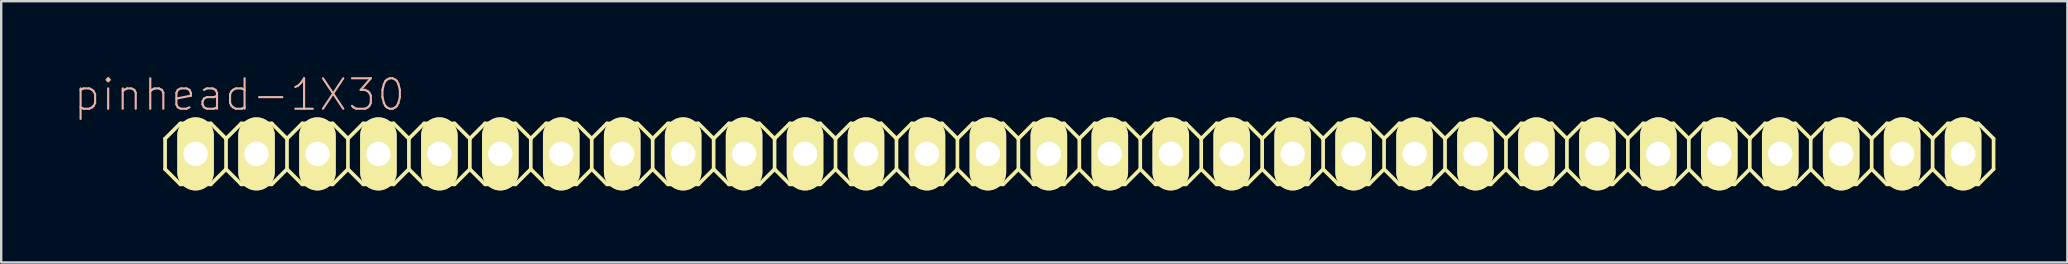
<source format=kicad_pcb>
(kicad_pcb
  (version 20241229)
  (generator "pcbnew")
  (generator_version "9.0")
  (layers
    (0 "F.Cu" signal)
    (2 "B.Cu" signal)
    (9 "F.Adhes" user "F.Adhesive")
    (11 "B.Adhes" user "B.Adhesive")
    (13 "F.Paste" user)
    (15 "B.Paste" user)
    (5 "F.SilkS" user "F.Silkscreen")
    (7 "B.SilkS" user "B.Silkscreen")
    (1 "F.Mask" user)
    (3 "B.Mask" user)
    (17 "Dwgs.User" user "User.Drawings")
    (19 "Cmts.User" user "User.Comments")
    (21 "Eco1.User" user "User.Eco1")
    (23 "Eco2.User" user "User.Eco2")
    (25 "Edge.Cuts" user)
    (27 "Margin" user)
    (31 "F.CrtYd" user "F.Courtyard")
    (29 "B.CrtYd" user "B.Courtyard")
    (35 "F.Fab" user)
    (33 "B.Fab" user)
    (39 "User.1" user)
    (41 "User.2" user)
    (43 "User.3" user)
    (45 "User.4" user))
  (footprint "pinhead-1X30"
    (layer "F.Cu")
    (at 41.93 3.363)
    (property "Reference" "pinhead-1X30" (at -34.999 -2.464 0) (layer "B.SilkS") (effects (font (size 1.27 1.27) (thickness 0.089))))
    (attr exclude_from_pos_files exclude_from_bom)
    (fp_line (start -38.1 -0.635) (end -38.1 0.635) (stroke (width 0.152) (type solid)) (layer "F.SilkS"))
    (fp_line (start -38.1 0.635) (end -37.465 1.27) (stroke (width 0.152) (type solid)) (layer "F.SilkS"))
    (fp_line (start -37.465 -1.27) (end -38.1 -0.635) (stroke (width 0.152) (type solid)) (layer "F.SilkS"))
    (fp_line (start -37.465 -1.27) (end -36.195 -1.27) (stroke (width 0.152) (type solid)) (layer "F.SilkS"))
    (fp_line (start -37.084 -0.254) (end -36.576 -0.254) (stroke (width 0.066) (type solid)) (layer "F.SilkS"))
    (fp_line (start -37.084 0.254) (end -37.084 -0.254) (stroke (width 0.066) (type solid)) (layer "F.SilkS"))
    (fp_line (start -37.084 0.254) (end -36.576 0.254) (stroke (width 0.066) (type solid)) (layer "F.SilkS"))
    (fp_line (start -36.576 0.254) (end -36.576 -0.254) (stroke (width 0.066) (type solid)) (layer "F.SilkS"))
    (fp_line (start -36.195 -1.27) (end -35.56 -0.635) (stroke (width 0.152) (type solid)) (layer "F.SilkS"))
    (fp_line (start -36.195 1.27) (end -37.465 1.27) (stroke (width 0.152) (type solid)) (layer "F.SilkS"))
    (fp_line (start -35.56 -0.635) (end -35.56 0.635) (stroke (width 0.152) (type solid)) (layer "F.SilkS"))
    (fp_line (start -35.56 -0.635) (end -34.925 -1.27) (stroke (width 0.152) (type solid)) (layer "F.SilkS"))
    (fp_line (start -35.56 0.635) (end -36.195 1.27) (stroke (width 0.152) (type solid)) (layer "F.SilkS"))
    (fp_line (start -34.925 -1.27) (end -33.655 -1.27) (stroke (width 0.152) (type solid)) (layer "F.SilkS"))
    (fp_line (start -34.925 1.27) (end -35.56 0.635) (stroke (width 0.152) (type solid)) (layer "F.SilkS"))
    (fp_line (start -34.544 -0.254) (end -34.036 -0.254) (stroke (width 0.066) (type solid)) (layer "F.SilkS"))
    (fp_line (start -34.544 0.254) (end -34.544 -0.254) (stroke (width 0.066) (type solid)) (layer "F.SilkS"))
    (fp_line (start -34.544 0.254) (end -34.036 0.254) (stroke (width 0.066) (type solid)) (layer "F.SilkS"))
    (fp_line (start -34.036 0.254) (end -34.036 -0.254) (stroke (width 0.066) (type solid)) (layer "F.SilkS"))
    (fp_line (start -33.655 -1.27) (end -33.02 -0.635) (stroke (width 0.152) (type solid)) (layer "F.SilkS"))
    (fp_line (start -33.655 1.27) (end -34.925 1.27) (stroke (width 0.152) (type solid)) (layer "F.SilkS"))
    (fp_line (start -33.02 -0.635) (end -33.02 0.635) (stroke (width 0.152) (type solid)) (layer "F.SilkS"))
    (fp_line (start -33.02 -0.635) (end -32.385 -1.27) (stroke (width 0.152) (type solid)) (layer "F.SilkS"))
    (fp_line (start -33.02 0.635) (end -33.655 1.27) (stroke (width 0.152) (type solid)) (layer "F.SilkS"))
    (fp_line (start -32.385 -1.27) (end -31.115 -1.27) (stroke (width 0.152) (type solid)) (layer "F.SilkS"))
    (fp_line (start -32.385 1.27) (end -33.02 0.635) (stroke (width 0.152) (type solid)) (layer "F.SilkS"))
    (fp_line (start -32.004 -0.254) (end -31.496 -0.254) (stroke (width 0.066) (type solid)) (layer "F.SilkS"))
    (fp_line (start -32.004 0.254) (end -32.004 -0.254) (stroke (width 0.066) (type solid)) (layer "F.SilkS"))
    (fp_line (start -32.004 0.254) (end -31.496 0.254) (stroke (width 0.066) (type solid)) (layer "F.SilkS"))
    (fp_line (start -31.496 0.254) (end -31.496 -0.254) (stroke (width 0.066) (type solid)) (layer "F.SilkS"))
    (fp_line (start -31.115 -1.27) (end -30.48 -0.635) (stroke (width 0.152) (type solid)) (layer "F.SilkS"))
    (fp_line (start -31.115 1.27) (end -32.385 1.27) (stroke (width 0.152) (type solid)) (layer "F.SilkS"))
    (fp_line (start -30.48 -0.635) (end -30.48 0.635) (stroke (width 0.152) (type solid)) (layer "F.SilkS"))
    (fp_line (start -30.48 0.635) (end -31.115 1.27) (stroke (width 0.152) (type solid)) (layer "F.SilkS"))
    (fp_line (start -30.48 0.635) (end -29.845 1.27) (stroke (width 0.152) (type solid)) (layer "F.SilkS"))
    (fp_line (start -29.845 -1.27) (end -30.48 -0.635) (stroke (width 0.152) (type solid)) (layer "F.SilkS"))
    (fp_line (start -29.845 -1.27) (end -28.575 -1.27) (stroke (width 0.152) (type solid)) (layer "F.SilkS"))
    (fp_line (start -29.464 -0.254) (end -28.953 -0.254) (stroke (width 0.066) (type solid)) (layer "F.SilkS"))
    (fp_line (start -29.464 0.254) (end -29.464 -0.254) (stroke (width 0.066) (type solid)) (layer "F.SilkS"))
    (fp_line (start -29.464 0.254) (end -28.953 0.254) (stroke (width 0.066) (type solid)) (layer "F.SilkS"))
    (fp_line (start -28.953 0.254) (end -28.953 -0.254) (stroke (width 0.066) (type solid)) (layer "F.SilkS"))
    (fp_line (start -28.575 -1.27) (end -27.94 -0.635) (stroke (width 0.152) (type solid)) (layer "F.SilkS"))
    (fp_line (start -28.575 1.27) (end -29.845 1.27) (stroke (width 0.152) (type solid)) (layer "F.SilkS"))
    (fp_line (start -27.94 -0.635) (end -27.94 0.635) (stroke (width 0.152) (type solid)) (layer "F.SilkS"))
    (fp_line (start -27.94 -0.635) (end -27.305 -1.27) (stroke (width 0.152) (type solid)) (layer "F.SilkS"))
    (fp_line (start -27.94 0.635) (end -28.575 1.27) (stroke (width 0.152) (type solid)) (layer "F.SilkS"))
    (fp_line (start -27.305 -1.27) (end -26.035 -1.27) (stroke (width 0.152) (type solid)) (layer "F.SilkS"))
    (fp_line (start -27.305 1.27) (end -27.94 0.635) (stroke (width 0.152) (type solid)) (layer "F.SilkS"))
    (fp_line (start -26.924 -0.254) (end -26.416 -0.254) (stroke (width 0.066) (type solid)) (layer "F.SilkS"))
    (fp_line (start -26.924 0.254) (end -26.924 -0.254) (stroke (width 0.066) (type solid)) (layer "F.SilkS"))
    (fp_line (start -26.924 0.254) (end -26.416 0.254) (stroke (width 0.066) (type solid)) (layer "F.SilkS"))
    (fp_line (start -26.416 0.254) (end -26.416 -0.254) (stroke (width 0.066) (type solid)) (layer "F.SilkS"))
    (fp_line (start -26.035 -1.27) (end -25.4 -0.635) (stroke (width 0.152) (type solid)) (layer "F.SilkS"))
    (fp_line (start -26.035 1.27) (end -27.305 1.27) (stroke (width 0.152) (type solid)) (layer "F.SilkS"))
    (fp_line (start -25.4 -0.635) (end -25.4 0.635) (stroke (width 0.152) (type solid)) (layer "F.SilkS"))
    (fp_line (start -25.4 -0.635) (end -24.765 -1.27) (stroke (width 0.152) (type solid)) (layer "F.SilkS"))
    (fp_line (start -25.4 0.635) (end -26.035 1.27) (stroke (width 0.152) (type solid)) (layer "F.SilkS"))
    (fp_line (start -24.765 -1.27) (end -23.495 -1.27) (stroke (width 0.152) (type solid)) (layer "F.SilkS"))
    (fp_line (start -24.765 1.27) (end -25.4 0.635) (stroke (width 0.152) (type solid)) (layer "F.SilkS"))
    (fp_line (start -24.384 -0.254) (end -23.876 -0.254) (stroke (width 0.066) (type solid)) (layer "F.SilkS"))
    (fp_line (start -24.384 0.254) (end -24.384 -0.254) (stroke (width 0.066) (type solid)) (layer "F.SilkS"))
    (fp_line (start -24.384 0.254) (end -23.876 0.254) (stroke (width 0.066) (type solid)) (layer "F.SilkS"))
    (fp_line (start -23.876 0.254) (end -23.876 -0.254) (stroke (width 0.066) (type solid)) (layer "F.SilkS"))
    (fp_line (start -23.495 -1.27) (end -22.86 -0.635) (stroke (width 0.152) (type solid)) (layer "F.SilkS"))
    (fp_line (start -23.495 1.27) (end -24.765 1.27) (stroke (width 0.152) (type solid)) (layer "F.SilkS"))
    (fp_line (start -22.86 -0.635) (end -22.86 0.635) (stroke (width 0.152) (type solid)) (layer "F.SilkS"))
    (fp_line (start -22.86 0.635) (end -23.495 1.27) (stroke (width 0.152) (type solid)) (layer "F.SilkS"))
    (fp_line (start -22.86 0.635) (end -22.225 1.27) (stroke (width 0.152) (type solid)) (layer "F.SilkS"))
    (fp_line (start -22.225 -1.27) (end -22.86 -0.635) (stroke (width 0.152) (type solid)) (layer "F.SilkS"))
    (fp_line (start -22.225 -1.27) (end -20.955 -1.27) (stroke (width 0.152) (type solid)) (layer "F.SilkS"))
    (fp_line (start -21.844 -0.254) (end -21.336 -0.254) (stroke (width 0.066) (type solid)) (layer "F.SilkS"))
    (fp_line (start -21.844 0.254) (end -21.844 -0.254) (stroke (width 0.066) (type solid)) (layer "F.SilkS"))
    (fp_line (start -21.844 0.254) (end -21.336 0.254) (stroke (width 0.066) (type solid)) (layer "F.SilkS"))
    (fp_line (start -21.336 0.254) (end -21.336 -0.254) (stroke (width 0.066) (type solid)) (layer "F.SilkS"))
    (fp_line (start -20.955 -1.27) (end -20.32 -0.635) (stroke (width 0.152) (type solid)) (layer "F.SilkS"))
    (fp_line (start -20.955 1.27) (end -22.225 1.27) (stroke (width 0.152) (type solid)) (layer "F.SilkS"))
    (fp_line (start -20.32 -0.635) (end -20.32 0.635) (stroke (width 0.152) (type solid)) (layer "F.SilkS"))
    (fp_line (start -20.32 -0.635) (end -19.685 -1.27) (stroke (width 0.152) (type solid)) (layer "F.SilkS"))
    (fp_line (start -20.32 0.635) (end -20.955 1.27) (stroke (width 0.152) (type solid)) (layer "F.SilkS"))
    (fp_line (start -19.685 -1.27) (end -18.415 -1.27) (stroke (width 0.152) (type solid)) (layer "F.SilkS"))
    (fp_line (start -19.685 1.27) (end -20.32 0.635) (stroke (width 0.152) (type solid)) (layer "F.SilkS"))
    (fp_line (start -19.304 -0.254) (end -18.796 -0.254) (stroke (width 0.066) (type solid)) (layer "F.SilkS"))
    (fp_line (start -19.304 0.254) (end -19.304 -0.254) (stroke (width 0.066) (type solid)) (layer "F.SilkS"))
    (fp_line (start -19.304 0.254) (end -18.796 0.254) (stroke (width 0.066) (type solid)) (layer "F.SilkS"))
    (fp_line (start -18.796 0.254) (end -18.796 -0.254) (stroke (width 0.066) (type solid)) (layer "F.SilkS"))
    (fp_line (start -18.415 -1.27) (end -17.78 -0.635) (stroke (width 0.152) (type solid)) (layer "F.SilkS"))
    (fp_line (start -18.415 1.27) (end -19.685 1.27) (stroke (width 0.152) (type solid)) (layer "F.SilkS"))
    (fp_line (start -17.78 -0.635) (end -17.78 0.635) (stroke (width 0.152) (type solid)) (layer "F.SilkS"))
    (fp_line (start -17.78 -0.635) (end -17.145 -1.27) (stroke (width 0.152) (type solid)) (layer "F.SilkS"))
    (fp_line (start -17.78 0.635) (end -18.415 1.27) (stroke (width 0.152) (type solid)) (layer "F.SilkS"))
    (fp_line (start -17.145 -1.27) (end -15.875 -1.27) (stroke (width 0.152) (type solid)) (layer "F.SilkS"))
    (fp_line (start -17.145 1.27) (end -17.78 0.635) (stroke (width 0.152) (type solid)) (layer "F.SilkS"))
    (fp_line (start -16.764 -0.254) (end -16.256 -0.254) (stroke (width 0.066) (type solid)) (layer "F.SilkS"))
    (fp_line (start -16.764 0.254) (end -16.764 -0.254) (stroke (width 0.066) (type solid)) (layer "F.SilkS"))
    (fp_line (start -16.764 0.254) (end -16.256 0.254) (stroke (width 0.066) (type solid)) (layer "F.SilkS"))
    (fp_line (start -16.256 0.254) (end -16.256 -0.254) (stroke (width 0.066) (type solid)) (layer "F.SilkS"))
    (fp_line (start -15.875 -1.27) (end -15.24 -0.635) (stroke (width 0.152) (type solid)) (layer "F.SilkS"))
    (fp_line (start -15.875 1.27) (end -17.145 1.27) (stroke (width 0.152) (type solid)) (layer "F.SilkS"))
    (fp_line (start -15.24 -0.635) (end -15.24 0.635) (stroke (width 0.152) (type solid)) (layer "F.SilkS"))
    (fp_line (start -15.24 0.635) (end -15.875 1.27) (stroke (width 0.152) (type solid)) (layer "F.SilkS"))
    (fp_line (start -15.24 0.635) (end -14.605 1.27) (stroke (width 0.152) (type solid)) (layer "F.SilkS"))
    (fp_line (start -14.605 -1.27) (end -15.24 -0.635) (stroke (width 0.152) (type solid)) (layer "F.SilkS"))
    (fp_line (start -14.605 -1.27) (end -13.335 -1.27) (stroke (width 0.152) (type solid)) (layer "F.SilkS"))
    (fp_line (start -14.224 -0.254) (end -13.716 -0.254) (stroke (width 0.066) (type solid)) (layer "F.SilkS"))
    (fp_line (start -14.224 0.254) (end -14.224 -0.254) (stroke (width 0.066) (type solid)) (layer "F.SilkS"))
    (fp_line (start -14.224 0.254) (end -13.716 0.254) (stroke (width 0.066) (type solid)) (layer "F.SilkS"))
    (fp_line (start -13.716 0.254) (end -13.716 -0.254) (stroke (width 0.066) (type solid)) (layer "F.SilkS"))
    (fp_line (start -13.335 -1.27) (end -12.7 -0.635) (stroke (width 0.152) (type solid)) (layer "F.SilkS"))
    (fp_line (start -13.335 1.27) (end -14.605 1.27) (stroke (width 0.152) (type solid)) (layer "F.SilkS"))
    (fp_line (start -12.7 -0.635) (end -12.7 0.635) (stroke (width 0.152) (type solid)) (layer "F.SilkS"))
    (fp_line (start -12.7 -0.635) (end -12.065 -1.27) (stroke (width 0.152) (type solid)) (layer "F.SilkS"))
    (fp_line (start -12.7 0.635) (end -13.335 1.27) (stroke (width 0.152) (type solid)) (layer "F.SilkS"))
    (fp_line (start -12.065 -1.27) (end -10.795 -1.27) (stroke (width 0.152) (type solid)) (layer "F.SilkS"))
    (fp_line (start -12.065 1.27) (end -12.7 0.635) (stroke (width 0.152) (type solid)) (layer "F.SilkS"))
    (fp_line (start -11.684 -0.254) (end -11.176 -0.254) (stroke (width 0.066) (type solid)) (layer "F.SilkS"))
    (fp_line (start -11.684 0.254) (end -11.684 -0.254) (stroke (width 0.066) (type solid)) (layer "F.SilkS"))
    (fp_line (start -11.684 0.254) (end -11.176 0.254) (stroke (width 0.066) (type solid)) (layer "F.SilkS"))
    (fp_line (start -11.176 0.254) (end -11.176 -0.254) (stroke (width 0.066) (type solid)) (layer "F.SilkS"))
    (fp_line (start -10.795 -1.27) (end -10.16 -0.635) (stroke (width 0.152) (type solid)) (layer "F.SilkS"))
    (fp_line (start -10.795 1.27) (end -12.065 1.27) (stroke (width 0.152) (type solid)) (layer "F.SilkS"))
    (fp_line (start -10.16 -0.635) (end -10.16 0.635) (stroke (width 0.152) (type solid)) (layer "F.SilkS"))
    (fp_line (start -10.16 -0.635) (end -9.525 -1.27) (stroke (width 0.152) (type solid)) (layer "F.SilkS"))
    (fp_line (start -10.16 0.635) (end -10.795 1.27) (stroke (width 0.152) (type solid)) (layer "F.SilkS"))
    (fp_line (start -9.525 -1.27) (end -8.255 -1.27) (stroke (width 0.152) (type solid)) (layer "F.SilkS"))
    (fp_line (start -9.525 1.27) (end -10.16 0.635) (stroke (width 0.152) (type solid)) (layer "F.SilkS"))
    (fp_line (start -9.144 -0.254) (end -8.636 -0.254) (stroke (width 0.066) (type solid)) (layer "F.SilkS"))
    (fp_line (start -9.144 0.254) (end -9.144 -0.254) (stroke (width 0.066) (type solid)) (layer "F.SilkS"))
    (fp_line (start -9.144 0.254) (end -8.636 0.254) (stroke (width 0.066) (type solid)) (layer "F.SilkS"))
    (fp_line (start -8.636 0.254) (end -8.636 -0.254) (stroke (width 0.066) (type solid)) (layer "F.SilkS"))
    (fp_line (start -8.255 -1.27) (end -7.62 -0.635) (stroke (width 0.152) (type solid)) (layer "F.SilkS"))
    (fp_line (start -8.255 1.27) (end -9.525 1.27) (stroke (width 0.152) (type solid)) (layer "F.SilkS"))
    (fp_line (start -7.62 -0.635) (end -7.62 0.635) (stroke (width 0.152) (type solid)) (layer "F.SilkS"))
    (fp_line (start -7.62 0.635) (end -8.255 1.27) (stroke (width 0.152) (type solid)) (layer "F.SilkS"))
    (fp_line (start -7.62 0.635) (end -6.985 1.27) (stroke (width 0.152) (type solid)) (layer "F.SilkS"))
    (fp_line (start -6.985 -1.27) (end -7.62 -0.635) (stroke (width 0.152) (type solid)) (layer "F.SilkS"))
    (fp_line (start -6.985 -1.27) (end -5.715 -1.27) (stroke (width 0.152) (type solid)) (layer "F.SilkS"))
    (fp_line (start -6.604 -0.254) (end -6.096 -0.254) (stroke (width 0.066) (type solid)) (layer "F.SilkS"))
    (fp_line (start -6.604 0.254) (end -6.604 -0.254) (stroke (width 0.066) (type solid)) (layer "F.SilkS"))
    (fp_line (start -6.604 0.254) (end -6.096 0.254) (stroke (width 0.066) (type solid)) (layer "F.SilkS"))
    (fp_line (start -6.096 0.254) (end -6.096 -0.254) (stroke (width 0.066) (type solid)) (layer "F.SilkS"))
    (fp_line (start -5.715 -1.27) (end -5.08 -0.635) (stroke (width 0.152) (type solid)) (layer "F.SilkS"))
    (fp_line (start -5.715 1.27) (end -6.985 1.27) (stroke (width 0.152) (type solid)) (layer "F.SilkS"))
    (fp_line (start -5.08 -0.635) (end -5.08 0.635) (stroke (width 0.152) (type solid)) (layer "F.SilkS"))
    (fp_line (start -5.08 -0.635) (end -4.445 -1.27) (stroke (width 0.152) (type solid)) (layer "F.SilkS"))
    (fp_line (start -5.08 0.635) (end -5.715 1.27) (stroke (width 0.152) (type solid)) (layer "F.SilkS"))
    (fp_line (start -4.445 -1.27) (end -3.175 -1.27) (stroke (width 0.152) (type solid)) (layer "F.SilkS"))
    (fp_line (start -4.445 1.27) (end -5.08 0.635) (stroke (width 0.152) (type solid)) (layer "F.SilkS"))
    (fp_line (start -4.064 -0.254) (end -3.556 -0.254) (stroke (width 0.066) (type solid)) (layer "F.SilkS"))
    (fp_line (start -4.064 0.254) (end -4.064 -0.254) (stroke (width 0.066) (type solid)) (layer "F.SilkS"))
    (fp_line (start -4.064 0.254) (end -3.556 0.254) (stroke (width 0.066) (type solid)) (layer "F.SilkS"))
    (fp_line (start -3.556 0.254) (end -3.556 -0.254) (stroke (width 0.066) (type solid)) (layer "F.SilkS"))
    (fp_line (start -3.175 -1.27) (end -2.54 -0.635) (stroke (width 0.152) (type solid)) (layer "F.SilkS"))
    (fp_line (start -3.175 1.27) (end -4.445 1.27) (stroke (width 0.152) (type solid)) (layer "F.SilkS"))
    (fp_line (start -2.54 -0.635) (end -2.54 0.635) (stroke (width 0.152) (type solid)) (layer "F.SilkS"))
    (fp_line (start -2.54 -0.635) (end -1.905 -1.27) (stroke (width 0.152) (type solid)) (layer "F.SilkS"))
    (fp_line (start -2.54 0.635) (end -3.175 1.27) (stroke (width 0.152) (type solid)) (layer "F.SilkS"))
    (fp_line (start -1.905 -1.27) (end -0.635 -1.27) (stroke (width 0.152) (type solid)) (layer "F.SilkS"))
    (fp_line (start -1.905 1.27) (end -2.54 0.635) (stroke (width 0.152) (type solid)) (layer "F.SilkS"))
    (fp_line (start -1.524 -0.254) (end -1.016 -0.254) (stroke (width 0.066) (type solid)) (layer "F.SilkS"))
    (fp_line (start -1.524 0.254) (end -1.524 -0.254) (stroke (width 0.066) (type solid)) (layer "F.SilkS"))
    (fp_line (start -1.524 0.254) (end -1.016 0.254) (stroke (width 0.066) (type solid)) (layer "F.SilkS"))
    (fp_line (start -1.016 0.254) (end -1.016 -0.254) (stroke (width 0.066) (type solid)) (layer "F.SilkS"))
    (fp_line (start -0.635 -1.27) (end 0 -0.635) (stroke (width 0.152) (type solid)) (layer "F.SilkS"))
    (fp_line (start -0.635 1.27) (end -1.905 1.27) (stroke (width 0.152) (type solid)) (layer "F.SilkS"))
    (fp_line (start 0 -0.635) (end 0 0.635) (stroke (width 0.152) (type solid)) (layer "F.SilkS"))
    (fp_line (start 0 0.635) (end -0.635 1.27) (stroke (width 0.152) (type solid)) (layer "F.SilkS"))
    (fp_line (start 0 0.635) (end 0.635 1.27) (stroke (width 0.152) (type solid)) (layer "F.SilkS"))
    (fp_line (start 0.635 -1.27) (end 0 -0.635) (stroke (width 0.152) (type solid)) (layer "F.SilkS"))
    (fp_line (start 0.635 -1.27) (end 1.905 -1.27) (stroke (width 0.152) (type solid)) (layer "F.SilkS"))
    (fp_line (start 1.016 -0.254) (end 1.524 -0.254) (stroke (width 0.066) (type solid)) (layer "F.SilkS"))
    (fp_line (start 1.016 0.254) (end 1.016 -0.254) (stroke (width 0.066) (type solid)) (layer "F.SilkS"))
    (fp_line (start 1.016 0.254) (end 1.524 0.254) (stroke (width 0.066) (type solid)) (layer "F.SilkS"))
    (fp_line (start 1.524 0.254) (end 1.524 -0.254) (stroke (width 0.066) (type solid)) (layer "F.SilkS"))
    (fp_line (start 1.905 -1.27) (end 2.54 -0.635) (stroke (width 0.152) (type solid)) (layer "F.SilkS"))
    (fp_line (start 1.905 1.27) (end 0.635 1.27) (stroke (width 0.152) (type solid)) (layer "F.SilkS"))
    (fp_line (start 2.54 -0.635) (end 2.54 0.635) (stroke (width 0.152) (type solid)) (layer "F.SilkS"))
    (fp_line (start 2.54 -0.635) (end 3.175 -1.27) (stroke (width 0.152) (type solid)) (layer "F.SilkS"))
    (fp_line (start 2.54 0.635) (end 1.905 1.27) (stroke (width 0.152) (type solid)) (layer "F.SilkS"))
    (fp_line (start 3.175 -1.27) (end 4.445 -1.27) (stroke (width 0.152) (type solid)) (layer "F.SilkS"))
    (fp_line (start 3.175 1.27) (end 2.54 0.635) (stroke (width 0.152) (type solid)) (layer "F.SilkS"))
    (fp_line (start 3.556 -0.254) (end 4.064 -0.254) (stroke (width 0.066) (type solid)) (layer "F.SilkS"))
    (fp_line (start 3.556 0.254) (end 3.556 -0.254) (stroke (width 0.066) (type solid)) (layer "F.SilkS"))
    (fp_line (start 3.556 0.254) (end 4.064 0.254) (stroke (width 0.066) (type solid)) (layer "F.SilkS"))
    (fp_line (start 4.064 0.254) (end 4.064 -0.254) (stroke (width 0.066) (type solid)) (layer "F.SilkS"))
    (fp_line (start 4.445 -1.27) (end 5.08 -0.635) (stroke (width 0.152) (type solid)) (layer "F.SilkS"))
    (fp_line (start 4.445 1.27) (end 3.175 1.27) (stroke (width 0.152) (type solid)) (layer "F.SilkS"))
    (fp_line (start 5.08 -0.635) (end 5.08 0.635) (stroke (width 0.152) (type solid)) (layer "F.SilkS"))
    (fp_line (start 5.08 -0.635) (end 5.715 -1.27) (stroke (width 0.152) (type solid)) (layer "F.SilkS"))
    (fp_line (start 5.08 0.635) (end 4.445 1.27) (stroke (width 0.152) (type solid)) (layer "F.SilkS"))
    (fp_line (start 5.715 -1.27) (end 6.985 -1.27) (stroke (width 0.152) (type solid)) (layer "F.SilkS"))
    (fp_line (start 5.715 1.27) (end 5.08 0.635) (stroke (width 0.152) (type solid)) (layer "F.SilkS"))
    (fp_line (start 6.096 -0.254) (end 6.604 -0.254) (stroke (width 0.066) (type solid)) (layer "F.SilkS"))
    (fp_line (start 6.096 0.254) (end 6.096 -0.254) (stroke (width 0.066) (type solid)) (layer "F.SilkS"))
    (fp_line (start 6.096 0.254) (end 6.604 0.254) (stroke (width 0.066) (type solid)) (layer "F.SilkS"))
    (fp_line (start 6.604 0.254) (end 6.604 -0.254) (stroke (width 0.066) (type solid)) (layer "F.SilkS"))
    (fp_line (start 6.985 -1.27) (end 7.62 -0.635) (stroke (width 0.152) (type solid)) (layer "F.SilkS"))
    (fp_line (start 6.985 1.27) (end 5.715 1.27) (stroke (width 0.152) (type solid)) (layer "F.SilkS"))
    (fp_line (start 7.62 -0.635) (end 7.62 0.635) (stroke (width 0.152) (type solid)) (layer "F.SilkS"))
    (fp_line (start 7.62 0.635) (end 6.985 1.27) (stroke (width 0.152) (type solid)) (layer "F.SilkS"))
    (fp_line (start 7.62 0.635) (end 8.255 1.27) (stroke (width 0.152) (type solid)) (layer "F.SilkS"))
    (fp_line (start 8.255 -1.27) (end 7.62 -0.635) (stroke (width 0.152) (type solid)) (layer "F.SilkS"))
    (fp_line (start 8.255 -1.27) (end 9.525 -1.27) (stroke (width 0.152) (type solid)) (layer "F.SilkS"))
    (fp_line (start 8.636 -0.254) (end 9.144 -0.254) (stroke (width 0.066) (type solid)) (layer "F.SilkS"))
    (fp_line (start 8.636 0.254) (end 8.636 -0.254) (stroke (width 0.066) (type solid)) (layer "F.SilkS"))
    (fp_line (start 8.636 0.254) (end 9.144 0.254) (stroke (width 0.066) (type solid)) (layer "F.SilkS"))
    (fp_line (start 9.144 0.254) (end 9.144 -0.254) (stroke (width 0.066) (type solid)) (layer "F.SilkS"))
    (fp_line (start 9.525 -1.27) (end 10.16 -0.635) (stroke (width 0.152) (type solid)) (layer "F.SilkS"))
    (fp_line (start 9.525 1.27) (end 8.255 1.27) (stroke (width 0.152) (type solid)) (layer "F.SilkS"))
    (fp_line (start 10.16 -0.635) (end 10.16 0.635) (stroke (width 0.152) (type solid)) (layer "F.SilkS"))
    (fp_line (start 10.16 0.635) (end 9.525 1.27) (stroke (width 0.152) (type solid)) (layer "F.SilkS"))
    (fp_line (start 10.16 0.635) (end 10.795 1.27) (stroke (width 0.152) (type solid)) (layer "F.SilkS"))
    (fp_line (start 10.795 -1.27) (end 10.16 -0.635) (stroke (width 0.152) (type solid)) (layer "F.SilkS"))
    (fp_line (start 10.795 -1.27) (end 12.065 -1.27) (stroke (width 0.152) (type solid)) (layer "F.SilkS"))
    (fp_line (start 11.176 -0.254) (end 11.684 -0.254) (stroke (width 0.066) (type solid)) (layer "F.SilkS"))
    (fp_line (start 11.176 0.254) (end 11.176 -0.254) (stroke (width 0.066) (type solid)) (layer "F.SilkS"))
    (fp_line (start 11.176 0.254) (end 11.684 0.254) (stroke (width 0.066) (type solid)) (layer "F.SilkS"))
    (fp_line (start 11.684 0.254) (end 11.684 -0.254) (stroke (width 0.066) (type solid)) (layer "F.SilkS"))
    (fp_line (start 12.065 -1.27) (end 12.7 -0.635) (stroke (width 0.152) (type solid)) (layer "F.SilkS"))
    (fp_line (start 12.065 1.27) (end 10.795 1.27) (stroke (width 0.152) (type solid)) (layer "F.SilkS"))
    (fp_line (start 12.7 -0.635) (end 12.7 0.635) (stroke (width 0.152) (type solid)) (layer "F.SilkS"))
    (fp_line (start 12.7 0.635) (end 12.065 1.27) (stroke (width 0.152) (type solid)) (layer "F.SilkS"))
    (fp_line (start 12.7 0.635) (end 13.335 1.27) (stroke (width 0.152) (type solid)) (layer "F.SilkS"))
    (fp_line (start 13.335 -1.27) (end 12.7 -0.635) (stroke (width 0.152) (type solid)) (layer "F.SilkS"))
    (fp_line (start 13.335 -1.27) (end 14.605 -1.27) (stroke (width 0.152) (type solid)) (layer "F.SilkS"))
    (fp_line (start 13.716 -0.254) (end 14.224 -0.254) (stroke (width 0.066) (type solid)) (layer "F.SilkS"))
    (fp_line (start 13.716 0.254) (end 13.716 -0.254) (stroke (width 0.066) (type solid)) (layer "F.SilkS"))
    (fp_line (start 13.716 0.254) (end 14.224 0.254) (stroke (width 0.066) (type solid)) (layer "F.SilkS"))
    (fp_line (start 14.224 0.254) (end 14.224 -0.254) (stroke (width 0.066) (type solid)) (layer "F.SilkS"))
    (fp_line (start 14.605 -1.27) (end 15.24 -0.635) (stroke (width 0.152) (type solid)) (layer "F.SilkS"))
    (fp_line (start 14.605 1.27) (end 13.335 1.27) (stroke (width 0.152) (type solid)) (layer "F.SilkS"))
    (fp_line (start 15.24 -0.635) (end 15.24 0.635) (stroke (width 0.152) (type solid)) (layer "F.SilkS"))
    (fp_line (start 15.24 0.635) (end 14.605 1.27) (stroke (width 0.152) (type solid)) (layer "F.SilkS"))
    (fp_line (start 15.24 0.635) (end 15.875 1.27) (stroke (width 0.152) (type solid)) (layer "F.SilkS"))
    (fp_line (start 15.875 -1.27) (end 15.24 -0.635) (stroke (width 0.152) (type solid)) (layer "F.SilkS"))
    (fp_line (start 15.875 -1.27) (end 17.145 -1.27) (stroke (width 0.152) (type solid)) (layer "F.SilkS"))
    (fp_line (start 16.256 -0.254) (end 16.764 -0.254) (stroke (width 0.066) (type solid)) (layer "F.SilkS"))
    (fp_line (start 16.256 0.254) (end 16.256 -0.254) (stroke (width 0.066) (type solid)) (layer "F.SilkS"))
    (fp_line (start 16.256 0.254) (end 16.764 0.254) (stroke (width 0.066) (type solid)) (layer "F.SilkS"))
    (fp_line (start 16.764 0.254) (end 16.764 -0.254) (stroke (width 0.066) (type solid)) (layer "F.SilkS"))
    (fp_line (start 17.145 -1.27) (end 17.78 -0.635) (stroke (width 0.152) (type solid)) (layer "F.SilkS"))
    (fp_line (start 17.145 1.27) (end 15.875 1.27) (stroke (width 0.152) (type solid)) (layer "F.SilkS"))
    (fp_line (start 17.78 -0.635) (end 17.78 0.635) (stroke (width 0.152) (type solid)) (layer "F.SilkS"))
    (fp_line (start 17.78 0.635) (end 17.145 1.27) (stroke (width 0.152) (type solid)) (layer "F.SilkS"))
    (fp_line (start 17.78 0.635) (end 18.415 1.27) (stroke (width 0.152) (type solid)) (layer "F.SilkS"))
    (fp_line (start 18.415 -1.27) (end 17.78 -0.635) (stroke (width 0.152) (type solid)) (layer "F.SilkS"))
    (fp_line (start 18.415 -1.27) (end 19.685 -1.27) (stroke (width 0.152) (type solid)) (layer "F.SilkS"))
    (fp_line (start 18.796 -0.254) (end 19.304 -0.254) (stroke (width 0.066) (type solid)) (layer "F.SilkS"))
    (fp_line (start 18.796 0.254) (end 18.796 -0.254) (stroke (width 0.066) (type solid)) (layer "F.SilkS"))
    (fp_line (start 18.796 0.254) (end 19.304 0.254) (stroke (width 0.066) (type solid)) (layer "F.SilkS"))
    (fp_line (start 19.304 0.254) (end 19.304 -0.254) (stroke (width 0.066) (type solid)) (layer "F.SilkS"))
    (fp_line (start 19.685 -1.27) (end 20.32 -0.635) (stroke (width 0.152) (type solid)) (layer "F.SilkS"))
    (fp_line (start 19.685 1.27) (end 18.415 1.27) (stroke (width 0.152) (type solid)) (layer "F.SilkS"))
    (fp_line (start 20.32 -0.635) (end 20.32 0.635) (stroke (width 0.152) (type solid)) (layer "F.SilkS"))
    (fp_line (start 20.32 0.635) (end 19.685 1.27) (stroke (width 0.152) (type solid)) (layer "F.SilkS"))
    (fp_line (start 20.32 0.635) (end 20.955 1.27) (stroke (width 0.152) (type solid)) (layer "F.SilkS"))
    (fp_line (start 20.955 -1.27) (end 20.32 -0.635) (stroke (width 0.152) (type solid)) (layer "F.SilkS"))
    (fp_line (start 20.955 -1.27) (end 22.225 -1.27) (stroke (width 0.152) (type solid)) (layer "F.SilkS"))
    (fp_line (start 21.336 -0.254) (end 21.844 -0.254) (stroke (width 0.066) (type solid)) (layer "F.SilkS"))
    (fp_line (start 21.336 0.254) (end 21.336 -0.254) (stroke (width 0.066) (type solid)) (layer "F.SilkS"))
    (fp_line (start 21.336 0.254) (end 21.844 0.254) (stroke (width 0.066) (type solid)) (layer "F.SilkS"))
    (fp_line (start 21.844 0.254) (end 21.844 -0.254) (stroke (width 0.066) (type solid)) (layer "F.SilkS"))
    (fp_line (start 22.225 -1.27) (end 22.86 -0.635) (stroke (width 0.152) (type solid)) (layer "F.SilkS"))
    (fp_line (start 22.225 1.27) (end 20.955 1.27) (stroke (width 0.152) (type solid)) (layer "F.SilkS"))
    (fp_line (start 22.86 -0.635) (end 22.86 0.635) (stroke (width 0.152) (type solid)) (layer "F.SilkS"))
    (fp_line (start 22.86 0.635) (end 22.225 1.27) (stroke (width 0.152) (type solid)) (layer "F.SilkS"))
    (fp_line (start 22.86 0.635) (end 23.495 1.27) (stroke (width 0.152) (type solid)) (layer "F.SilkS"))
    (fp_line (start 23.495 -1.27) (end 22.86 -0.635) (stroke (width 0.152) (type solid)) (layer "F.SilkS"))
    (fp_line (start 23.495 -1.27) (end 24.765 -1.27) (stroke (width 0.152) (type solid)) (layer "F.SilkS"))
    (fp_line (start 23.876 -0.254) (end 24.384 -0.254) (stroke (width 0.066) (type solid)) (layer "F.SilkS"))
    (fp_line (start 23.876 0.254) (end 23.876 -0.254) (stroke (width 0.066) (type solid)) (layer "F.SilkS"))
    (fp_line (start 23.876 0.254) (end 24.384 0.254) (stroke (width 0.066) (type solid)) (layer "F.SilkS"))
    (fp_line (start 24.384 0.254) (end 24.384 -0.254) (stroke (width 0.066) (type solid)) (layer "F.SilkS"))
    (fp_line (start 24.765 -1.27) (end 25.4 -0.635) (stroke (width 0.152) (type solid)) (layer "F.SilkS"))
    (fp_line (start 24.765 1.27) (end 23.495 1.27) (stroke (width 0.152) (type solid)) (layer "F.SilkS"))
    (fp_line (start 25.4 -0.635) (end 25.4 0.635) (stroke (width 0.152) (type solid)) (layer "F.SilkS"))
    (fp_line (start 25.4 0.635) (end 24.765 1.27) (stroke (width 0.152) (type solid)) (layer "F.SilkS"))
    (fp_line (start 25.4 0.635) (end 26.035 1.27) (stroke (width 0.152) (type solid)) (layer "F.SilkS"))
    (fp_line (start 26.035 -1.27) (end 25.4 -0.635) (stroke (width 0.152) (type solid)) (layer "F.SilkS"))
    (fp_line (start 26.035 -1.27) (end 27.305 -1.27) (stroke (width 0.152) (type solid)) (layer "F.SilkS"))
    (fp_line (start 26.416 -0.254) (end 26.924 -0.254) (stroke (width 0.066) (type solid)) (layer "F.SilkS"))
    (fp_line (start 26.416 0.254) (end 26.416 -0.254) (stroke (width 0.066) (type solid)) (layer "F.SilkS"))
    (fp_line (start 26.416 0.254) (end 26.924 0.254) (stroke (width 0.066) (type solid)) (layer "F.SilkS"))
    (fp_line (start 26.924 0.254) (end 26.924 -0.254) (stroke (width 0.066) (type solid)) (layer "F.SilkS"))
    (fp_line (start 27.305 -1.27) (end 27.94 -0.635) (stroke (width 0.152) (type solid)) (layer "F.SilkS"))
    (fp_line (start 27.305 1.27) (end 26.035 1.27) (stroke (width 0.152) (type solid)) (layer "F.SilkS"))
    (fp_line (start 27.94 -0.635) (end 27.94 0.635) (stroke (width 0.152) (type solid)) (layer "F.SilkS"))
    (fp_line (start 27.94 0.635) (end 27.305 1.27) (stroke (width 0.152) (type solid)) (layer "F.SilkS"))
    (fp_line (start 27.94 0.635) (end 28.575 1.27) (stroke (width 0.152) (type solid)) (layer "F.SilkS"))
    (fp_line (start 28.575 -1.27) (end 27.94 -0.635) (stroke (width 0.152) (type solid)) (layer "F.SilkS"))
    (fp_line (start 28.575 -1.27) (end 29.845 -1.27) (stroke (width 0.152) (type solid)) (layer "F.SilkS"))
    (fp_line (start 28.953 -0.254) (end 29.464 -0.254) (stroke (width 0.066) (type solid)) (layer "F.SilkS"))
    (fp_line (start 28.953 0.254) (end 28.953 -0.254) (stroke (width 0.066) (type solid)) (layer "F.SilkS"))
    (fp_line (start 28.953 0.254) (end 29.464 0.254) (stroke (width 0.066) (type solid)) (layer "F.SilkS"))
    (fp_line (start 29.464 0.254) (end 29.464 -0.254) (stroke (width 0.066) (type solid)) (layer "F.SilkS"))
    (fp_line (start 29.845 -1.27) (end 30.48 -0.635) (stroke (width 0.152) (type solid)) (layer "F.SilkS"))
    (fp_line (start 29.845 1.27) (end 28.575 1.27) (stroke (width 0.152) (type solid)) (layer "F.SilkS"))
    (fp_line (start 30.48 -0.635) (end 30.48 0.635) (stroke (width 0.152) (type solid)) (layer "F.SilkS"))
    (fp_line (start 30.48 0.635) (end 29.845 1.27) (stroke (width 0.152) (type solid)) (layer "F.SilkS"))
    (fp_line (start 30.48 0.635) (end 31.115 1.27) (stroke (width 0.152) (type solid)) (layer "F.SilkS"))
    (fp_line (start 31.115 -1.27) (end 30.48 -0.635) (stroke (width 0.152) (type solid)) (layer "F.SilkS"))
    (fp_line (start 31.115 -1.27) (end 32.385 -1.27) (stroke (width 0.152) (type solid)) (layer "F.SilkS"))
    (fp_line (start 31.496 -0.254) (end 32.004 -0.254) (stroke (width 0.066) (type solid)) (layer "F.SilkS"))
    (fp_line (start 31.496 0.254) (end 31.496 -0.254) (stroke (width 0.066) (type solid)) (layer "F.SilkS"))
    (fp_line (start 31.496 0.254) (end 32.004 0.254) (stroke (width 0.066) (type solid)) (layer "F.SilkS"))
    (fp_line (start 32.004 0.254) (end 32.004 -0.254) (stroke (width 0.066) (type solid)) (layer "F.SilkS"))
    (fp_line (start 32.385 -1.27) (end 33.02 -0.635) (stroke (width 0.152) (type solid)) (layer "F.SilkS"))
    (fp_line (start 32.385 1.27) (end 31.115 1.27) (stroke (width 0.152) (type solid)) (layer "F.SilkS"))
    (fp_line (start 33.02 -0.635) (end 33.02 0.635) (stroke (width 0.152) (type solid)) (layer "F.SilkS"))
    (fp_line (start 33.02 0.635) (end 32.385 1.27) (stroke (width 0.152) (type solid)) (layer "F.SilkS"))
    (fp_line (start 33.02 0.635) (end 33.655 1.27) (stroke (width 0.152) (type solid)) (layer "F.SilkS"))
    (fp_line (start 33.655 -1.27) (end 33.02 -0.635) (stroke (width 0.152) (type solid)) (layer "F.SilkS"))
    (fp_line (start 33.655 -1.27) (end 34.925 -1.27) (stroke (width 0.152) (type solid)) (layer "F.SilkS"))
    (fp_line (start 34.036 -0.254) (end 34.544 -0.254) (stroke (width 0.066) (type solid)) (layer "F.SilkS"))
    (fp_line (start 34.036 0.254) (end 34.036 -0.254) (stroke (width 0.066) (type solid)) (layer "F.SilkS"))
    (fp_line (start 34.036 0.254) (end 34.544 0.254) (stroke (width 0.066) (type solid)) (layer "F.SilkS"))
    (fp_line (start 34.544 0.254) (end 34.544 -0.254) (stroke (width 0.066) (type solid)) (layer "F.SilkS"))
    (fp_line (start 34.925 -1.27) (end 35.56 -0.635) (stroke (width 0.152) (type solid)) (layer "F.SilkS"))
    (fp_line (start 34.925 1.27) (end 33.655 1.27) (stroke (width 0.152) (type solid)) (layer "F.SilkS"))
    (fp_line (start 35.56 -0.635) (end 35.56 0.635) (stroke (width 0.152) (type solid)) (layer "F.SilkS"))
    (fp_line (start 35.56 0.635) (end 34.925 1.27) (stroke (width 0.152) (type solid)) (layer "F.SilkS"))
    (fp_line (start 35.56 0.635) (end 36.195 1.27) (stroke (width 0.152) (type solid)) (layer "F.SilkS"))
    (fp_line (start 36.195 -1.27) (end 35.56 -0.635) (stroke (width 0.152) (type solid)) (layer "F.SilkS"))
    (fp_line (start 36.195 -1.27) (end 37.465 -1.27) (stroke (width 0.152) (type solid)) (layer "F.SilkS"))
    (fp_line (start 36.576 -0.254) (end 37.084 -0.254) (stroke (width 0.066) (type solid)) (layer "F.SilkS"))
    (fp_line (start 36.576 0.254) (end 36.576 -0.254) (stroke (width 0.066) (type solid)) (layer "F.SilkS"))
    (fp_line (start 36.576 0.254) (end 37.084 0.254) (stroke (width 0.066) (type solid)) (layer "F.SilkS"))
    (fp_line (start 37.084 0.254) (end 37.084 -0.254) (stroke (width 0.066) (type solid)) (layer "F.SilkS"))
    (fp_line (start 37.465 -1.27) (end 38.1 -0.635) (stroke (width 0.152) (type solid)) (layer "F.SilkS"))
    (fp_line (start 37.465 1.27) (end 36.195 1.27) (stroke (width 0.152) (type solid)) (layer "F.SilkS"))
    (fp_line (start 38.1 -0.635) (end 38.1 0.635) (stroke (width 0.152) (type solid)) (layer "F.SilkS"))
    (fp_line (start 38.1 0.635) (end 37.465 1.27) (stroke (width 0.152) (type solid)) (layer "F.SilkS"))
    (pad "1" thru_hole oval (at -36.83 0) (size 1.524 3.048) (drill 1.016) (layers "*.Cu" "F.Mask" "F.SilkS" "F.Paste"))
    (pad "2" thru_hole oval (at -34.29 0) (size 1.524 3.048) (drill 1.016) (layers "*.Cu" "F.Mask" "F.SilkS" "F.Paste"))
    (pad "3" thru_hole oval (at -31.75 0) (size 1.524 3.048) (drill 1.016) (layers "*.Cu" "F.Mask" "F.SilkS" "F.Paste"))
    (pad "4" thru_hole oval (at -29.21 0) (size 1.524 3.048) (drill 1.016) (layers "*.Cu" "F.Mask" "F.SilkS" "F.Paste"))
    (pad "5" thru_hole oval (at -26.67 0) (size 1.524 3.048) (drill 1.016) (layers "*.Cu" "F.Mask" "F.SilkS" "F.Paste"))
    (pad "6" thru_hole oval (at -24.13 0) (size 1.524 3.048) (drill 1.016) (layers "*.Cu" "F.Mask" "F.SilkS" "F.Paste"))
    (pad "7" thru_hole oval (at -21.59 0) (size 1.524 3.048) (drill 1.016) (layers "*.Cu" "F.Mask" "F.SilkS" "F.Paste"))
    (pad "8" thru_hole oval (at -19.05 0) (size 1.524 3.048) (drill 1.016) (layers "*.Cu" "F.Mask" "F.SilkS" "F.Paste"))
    (pad "9" thru_hole oval (at -16.51 0) (size 1.524 3.048) (drill 1.016) (layers "*.Cu" "F.Mask" "F.SilkS" "F.Paste"))
    (pad "10" thru_hole oval (at -13.97 0) (size 1.524 3.048) (drill 1.016) (layers "*.Cu" "F.Mask" "F.SilkS" "F.Paste"))
    (pad "11" thru_hole oval (at -11.43 0) (size 1.524 3.048) (drill 1.016) (layers "*.Cu" "F.Mask" "F.SilkS" "F.Paste"))
    (pad "12" thru_hole oval (at -8.89 0) (size 1.524 3.048) (drill 1.016) (layers "*.Cu" "F.Mask" "F.SilkS" "F.Paste"))
    (pad "13" thru_hole oval (at -6.35 0) (size 1.524 3.048) (drill 1.016) (layers "*.Cu" "F.Mask" "F.SilkS" "F.Paste"))
    (pad "14" thru_hole oval (at -3.81 0) (size 1.524 3.048) (drill 1.016) (layers "*.Cu" "F.Mask" "F.SilkS" "F.Paste"))
    (pad "15" thru_hole oval (at -1.27 0) (size 1.524 3.048) (drill 1.016) (layers "*.Cu" "F.Mask" "F.SilkS" "F.Paste"))
    (pad "16" thru_hole oval (at 1.27 0) (size 1.524 3.048) (drill 1.016) (layers "*.Cu" "F.Mask" "F.SilkS" "F.Paste"))
    (pad "17" thru_hole oval (at 3.81 0) (size 1.524 3.048) (drill 1.016) (layers "*.Cu" "F.Mask" "F.SilkS" "F.Paste"))
    (pad "18" thru_hole oval (at 6.35 0) (size 1.524 3.048) (drill 1.016) (layers "*.Cu" "F.Mask" "F.SilkS" "F.Paste"))
    (pad "19" thru_hole oval (at 8.89 0) (size 1.524 3.048) (drill 1.016) (layers "*.Cu" "F.Mask" "F.SilkS" "F.Paste"))
    (pad "20" thru_hole oval (at 11.43 0) (size 1.524 3.048) (drill 1.016) (layers "*.Cu" "F.Mask" "F.SilkS" "F.Paste"))
    (pad "21" thru_hole oval (at 13.97 0) (size 1.524 3.048) (drill 1.016) (layers "*.Cu" "F.Mask" "F.SilkS" "F.Paste"))
    (pad "22" thru_hole oval (at 16.51 0) (size 1.524 3.048) (drill 1.016) (layers "*.Cu" "F.Mask" "F.SilkS" "F.Paste"))
    (pad "23" thru_hole oval (at 19.05 0) (size 1.524 3.048) (drill 1.016) (layers "*.Cu" "F.Mask" "F.SilkS" "F.Paste"))
    (pad "24" thru_hole oval (at 21.59 0) (size 1.524 3.048) (drill 1.016) (layers "*.Cu" "F.Mask" "F.SilkS" "F.Paste"))
    (pad "25" thru_hole oval (at 24.13 0) (size 1.524 3.048) (drill 1.016) (layers "*.Cu" "F.Mask" "F.SilkS" "F.Paste"))
    (pad "26" thru_hole oval (at 26.67 0) (size 1.524 3.048) (drill 1.016) (layers "*.Cu" "F.Mask" "F.SilkS" "F.Paste"))
    (pad "27" thru_hole oval (at 29.21 0) (size 1.524 3.048) (drill 1.016) (layers "*.Cu" "F.Mask" "F.SilkS" "F.Paste"))
    (pad "28" thru_hole oval (at 31.75 0) (size 1.524 3.048) (drill 1.016) (layers "*.Cu" "F.Mask" "F.SilkS" "F.Paste"))
    (pad "29" thru_hole oval (at 34.29 0) (size 1.524 3.048) (drill 1.016) (layers "*.Cu" "F.Mask" "F.SilkS" "F.Paste"))
    (pad "30" thru_hole oval (at 36.83 0) (size 1.524 3.048) (drill 1.016) (layers "*.Cu" "F.Mask" "F.SilkS" "F.Paste")))
  (gr_rect
    (start -3 -3)
    (end 83.106 7.887)
    (stroke (width 0.1) (type default))
    (fill no)
    (layer "Edge.Cuts")))
</source>
